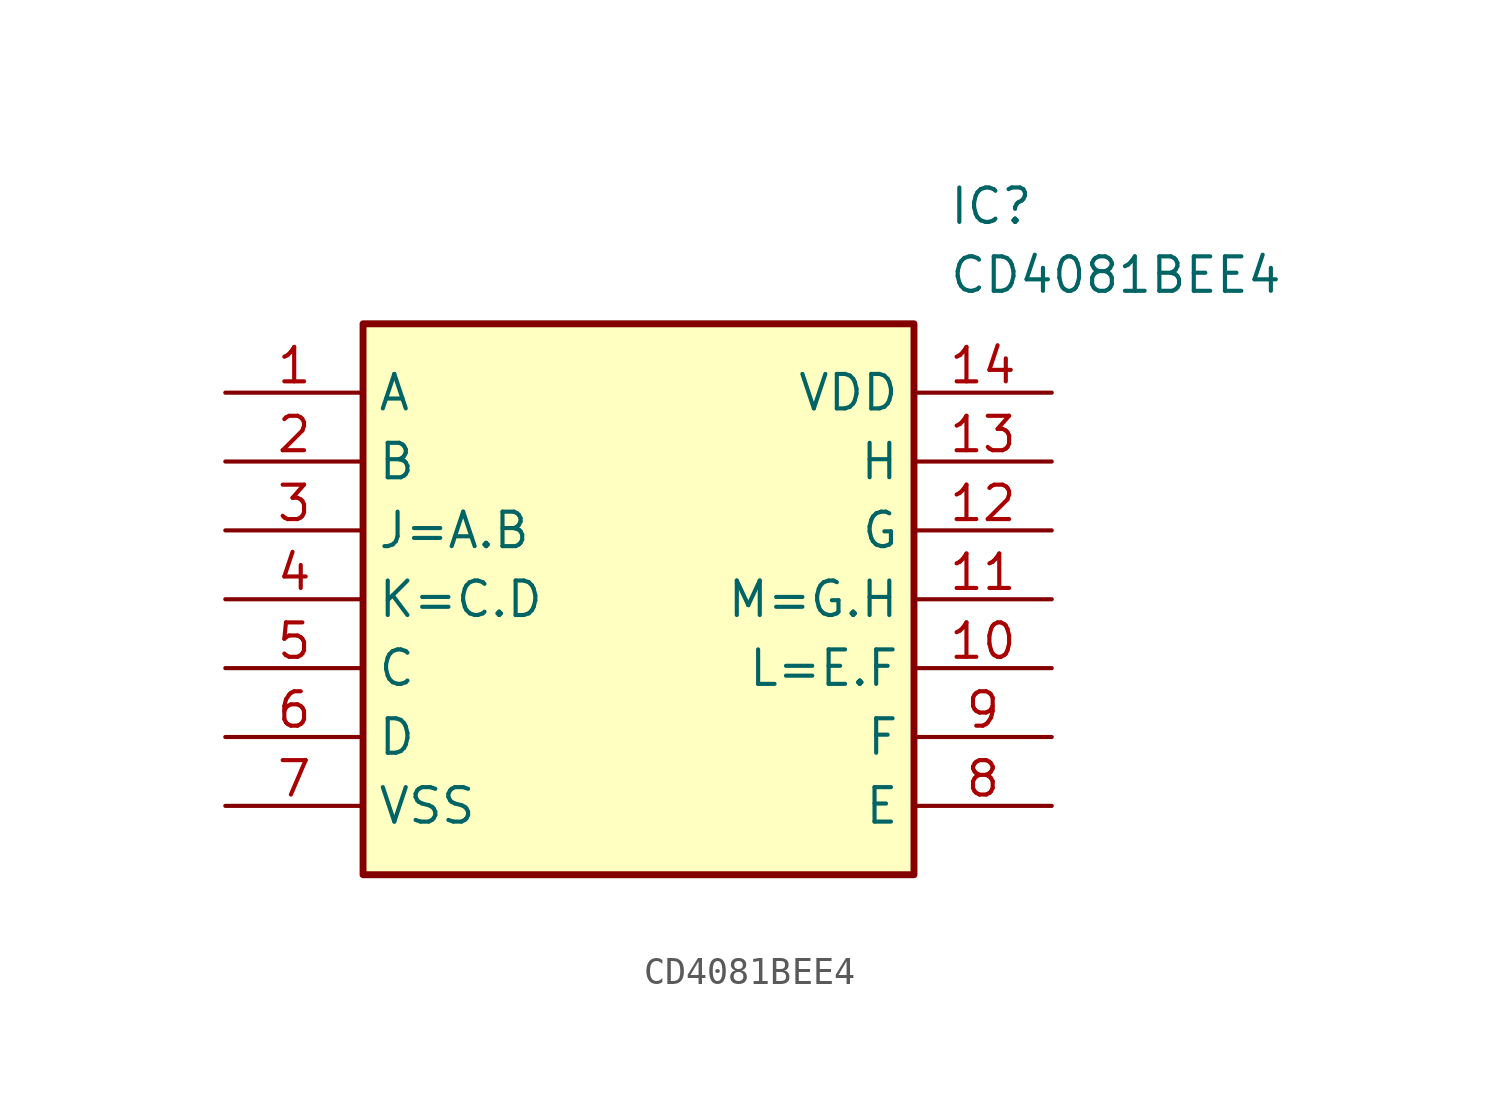
<source format=kicad_sym>
(kicad_symbol_lib
  (version 20211014)
  (generator SamacSys_ECAD_Model)
  (symbol "CD4081BEE4"
    (property "Reference" "IC"
      (at 26.67 7.62 0)
      (effects (font (size 1.27 1.27)) (justify left top)))
    (property "Value" "CD4081BEE4"
      (at 26.67 5.08 0)
      (effects (font (size 1.27 1.27)) (justify left top)))
    (rectangle
      (start 5.08 2.54)
      (end 25.4 -17.78)
      (stroke (width 0.254) (type default))
      (fill (type background)))
    (pin passive line
      (at 0 0 0)
      (length 5.08)
      (name "A" (effects (font (size 1.27 1.27))))
      (number "1" (effects (font (size 1.27 1.27)))))
    (pin passive line
      (at 0 -2.54 0)
      (length 5.08)
      (name "B" (effects (font (size 1.27 1.27))))
      (number "2" (effects (font (size 1.27 1.27)))))
    (pin passive line
      (at 0 -5.08 0)
      (length 5.08)
      (name "J=A.B" (effects (font (size 1.27 1.27))))
      (number "3" (effects (font (size 1.27 1.27)))))
    (pin passive line
      (at 0 -7.62 0)
      (length 5.08)
      (name "K=C.D" (effects (font (size 1.27 1.27))))
      (number "4" (effects (font (size 1.27 1.27)))))
    (pin passive line
      (at 0 -10.16 0)
      (length 5.08)
      (name "C" (effects (font (size 1.27 1.27))))
      (number "5" (effects (font (size 1.27 1.27)))))
    (pin passive line
      (at 0 -12.7 0)
      (length 5.08)
      (name "D" (effects (font (size 1.27 1.27))))
      (number "6" (effects (font (size 1.27 1.27)))))
    (pin passive line
      (at 0 -15.24 0)
      (length 5.08)
      (name "VSS" (effects (font (size 1.27 1.27))))
      (number "7" (effects (font (size 1.27 1.27)))))
    (pin passive line
      (at 30.48 0 180)
      (length 5.08)
      (name "VDD" (effects (font (size 1.27 1.27))))
      (number "14" (effects (font (size 1.27 1.27)))))
    (pin passive line
      (at 30.48 -2.54 180)
      (length 5.08)
      (name "H" (effects (font (size 1.27 1.27))))
      (number "13" (effects (font (size 1.27 1.27)))))
    (pin passive line
      (at 30.48 -5.08 180)
      (length 5.08)
      (name "G" (effects (font (size 1.27 1.27))))
      (number "12" (effects (font (size 1.27 1.27)))))
    (pin passive line
      (at 30.48 -7.62 180)
      (length 5.08)
      (name "M=G.H" (effects (font (size 1.27 1.27))))
      (number "11" (effects (font (size 1.27 1.27)))))
    (pin passive line
      (at 30.48 -10.16 180)
      (length 5.08)
      (name "L=E.F" (effects (font (size 1.27 1.27))))
      (number "10" (effects (font (size 1.27 1.27)))))
    (pin passive line
      (at 30.48 -12.7 180)
      (length 5.08)
      (name "F" (effects (font (size 1.27 1.27))))
      (number "9" (effects (font (size 1.27 1.27)))))
    (pin passive line
      (at 30.48 -15.24 180)
      (length 5.08)
      (name "E" (effects (font (size 1.27 1.27))))
      (number "8" (effects (font (size 1.27 1.27)))))))
</source>
